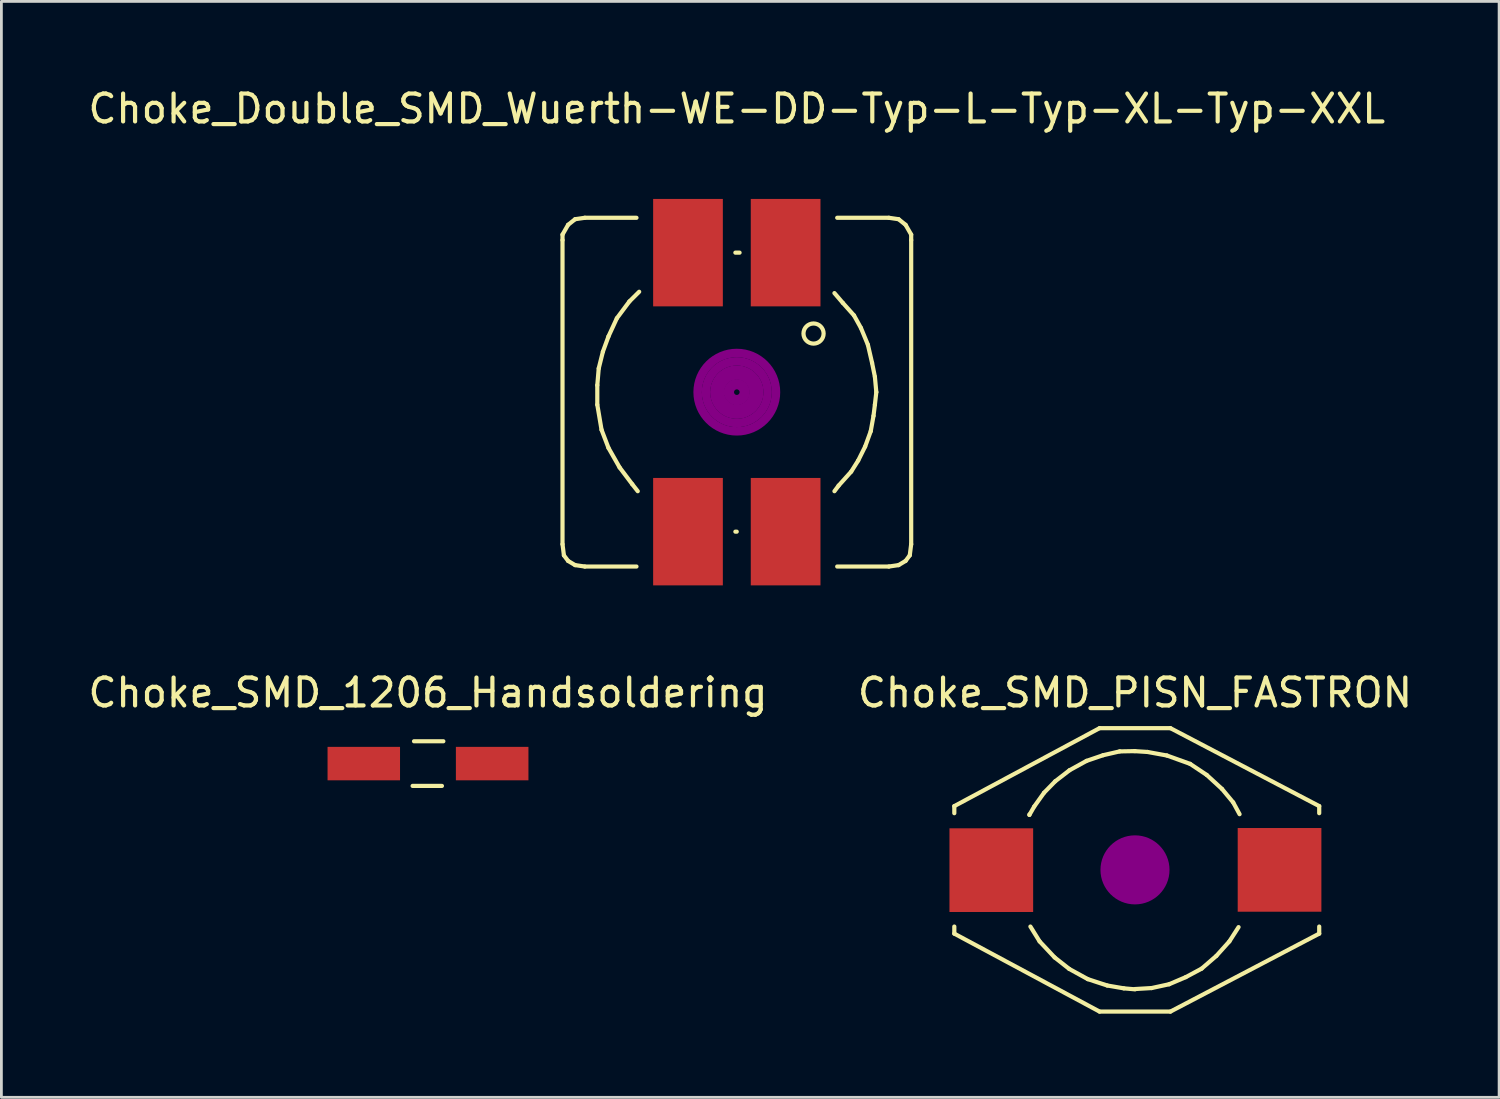
<source format=kicad_pcb>
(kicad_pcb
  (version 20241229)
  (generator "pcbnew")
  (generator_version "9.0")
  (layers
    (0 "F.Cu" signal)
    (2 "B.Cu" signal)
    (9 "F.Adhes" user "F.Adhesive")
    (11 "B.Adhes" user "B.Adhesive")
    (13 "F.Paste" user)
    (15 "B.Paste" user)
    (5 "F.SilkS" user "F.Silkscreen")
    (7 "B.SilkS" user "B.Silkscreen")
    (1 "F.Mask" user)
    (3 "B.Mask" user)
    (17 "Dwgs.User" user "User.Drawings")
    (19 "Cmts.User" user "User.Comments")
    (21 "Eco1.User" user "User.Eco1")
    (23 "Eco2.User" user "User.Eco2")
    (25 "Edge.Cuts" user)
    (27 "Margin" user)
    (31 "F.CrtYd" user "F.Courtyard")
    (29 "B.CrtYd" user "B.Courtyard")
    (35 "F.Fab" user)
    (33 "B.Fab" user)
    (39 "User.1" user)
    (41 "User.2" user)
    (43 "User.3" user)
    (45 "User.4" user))
  (footprint "Choke_SMD_1206_Handsoldering"
    (layer "F.Cu")
    (at 12.292 24.323)
    (property "Reference" "Choke_SMD_1206_Handsoldering" (at 0 -2.54 0) (layer "F.SilkS") (effects (font (size 1 1) (thickness 0.15))))
    (attr smd)
    (fp_line (start -0.551 0.8) (end 0.5 0.8) (stroke (width 0.15) (type solid)) (layer "F.SilkS"))
    (fp_line (start 0.551 -0.8) (end -0.5 -0.8) (stroke (width 0.15) (type solid)) (layer "F.SilkS"))
    (pad "1" smd rect (at -2.301 0) (size 2.598 1.199) (layers "F.Cu" "F.Mask" "F.Paste"))
    (pad "2" smd rect (at 2.301 0) (size 2.601 1.199) (layers "F.Cu" "F.Mask" "F.Paste")))
  (footprint "Choke_SMD_PISN_FASTRON"
    (layer "F.Cu")
    (at 37.637 28.133)
    (property "Reference" "Choke_SMD_PISN_FASTRON" (at 0 -6.35 0) (layer "F.SilkS") (effects (font (size 1 1) (thickness 0.15))))
    (attr smd)
    (fp_line (start -6.477 -2.286) (end -6.477 -2.032) (stroke (width 0.15) (type solid)) (layer "F.SilkS"))
    (fp_line (start -6.477 2.286) (end -6.477 2.032) (stroke (width 0.15) (type solid)) (layer "F.SilkS"))
    (fp_line (start -3.785 -1.971) (end -3.785 -1.986) (stroke (width 0.15) (type solid)) (layer "F.SilkS"))
    (fp_line (start -3.612 -2.271) (end -3.785 -1.971) (stroke (width 0.15) (type solid)) (layer "F.SilkS"))
    (fp_line (start -3.419 2.565) (end -3.749 2.032) (stroke (width 0.15) (type solid)) (layer "F.SilkS"))
    (fp_line (start -3.261 -2.764) (end -3.612 -2.271) (stroke (width 0.15) (type solid)) (layer "F.SilkS"))
    (fp_line (start -2.88 3.139) (end -3.419 2.565) (stroke (width 0.15) (type solid)) (layer "F.SilkS"))
    (fp_line (start -2.86 -3.175) (end -3.261 -2.764) (stroke (width 0.15) (type solid)) (layer "F.SilkS"))
    (fp_line (start -2.357 3.551) (end -2.88 3.139) (stroke (width 0.15) (type solid)) (layer "F.SilkS"))
    (fp_line (start -2.347 -3.571) (end -2.86 -3.175) (stroke (width 0.15) (type solid)) (layer "F.SilkS"))
    (fp_line (start -1.737 -3.907) (end -2.347 -3.571) (stroke (width 0.15) (type solid)) (layer "F.SilkS"))
    (fp_line (start -1.692 3.917) (end -2.357 3.551) (stroke (width 0.15) (type solid)) (layer "F.SilkS"))
    (fp_line (start -1.27 -5.08) (end -6.477 -2.286) (stroke (width 0.15) (type solid)) (layer "F.SilkS"))
    (fp_line (start -1.27 -5.08) (end 1.27 -5.08) (stroke (width 0.15) (type solid)) (layer "F.SilkS"))
    (fp_line (start -1.27 5.08) (end -6.477 2.286) (stroke (width 0.15) (type solid)) (layer "F.SilkS"))
    (fp_line (start -1.27 5.08) (end 1.27 5.08) (stroke (width 0.15) (type solid)) (layer "F.SilkS"))
    (fp_line (start -1.143 -4.11) (end -1.737 -3.907) (stroke (width 0.15) (type solid)) (layer "F.SilkS"))
    (fp_line (start -0.996 4.145) (end -1.692 3.917) (stroke (width 0.15) (type solid)) (layer "F.SilkS"))
    (fp_line (start -0.549 -4.247) (end -1.143 -4.11) (stroke (width 0.15) (type solid)) (layer "F.SilkS"))
    (fp_line (start -0.401 4.247) (end -0.996 4.145) (stroke (width 0.15) (type solid)) (layer "F.SilkS"))
    (fp_line (start -0.025 -4.257) (end 0.447 -4.227) (stroke (width 0.15) (type solid)) (layer "F.SilkS"))
    (fp_line (start 0 -4.257) (end -0.549 -4.247) (stroke (width 0.15) (type solid)) (layer "F.SilkS"))
    (fp_line (start 0 4.272) (end 0.594 4.237) (stroke (width 0.15) (type solid)) (layer "F.SilkS"))
    (fp_line (start 0 4.282) (end -0.401 4.247) (stroke (width 0.15) (type solid)) (layer "F.SilkS"))
    (fp_line (start 0.447 -4.227) (end 1.143 -4.1) (stroke (width 0.15) (type solid)) (layer "F.SilkS"))
    (fp_line (start 0.594 4.237) (end 1.224 4.1) (stroke (width 0.15) (type solid)) (layer "F.SilkS"))
    (fp_line (start 1.143 -4.1) (end 1.976 -3.8) (stroke (width 0.15) (type solid)) (layer "F.SilkS"))
    (fp_line (start 1.224 4.1) (end 1.819 3.846) (stroke (width 0.15) (type solid)) (layer "F.SilkS"))
    (fp_line (start 1.27 -5.08) (end 6.604 -2.286) (stroke (width 0.15) (type solid)) (layer "F.SilkS"))
    (fp_line (start 1.27 5.08) (end 6.604 2.286) (stroke (width 0.15) (type solid)) (layer "F.SilkS"))
    (fp_line (start 1.819 3.846) (end 2.388 3.541) (stroke (width 0.15) (type solid)) (layer "F.SilkS"))
    (fp_line (start 1.976 -3.8) (end 2.57 -3.404) (stroke (width 0.15) (type solid)) (layer "F.SilkS"))
    (fp_line (start 2.388 3.541) (end 2.916 3.084) (stroke (width 0.15) (type solid)) (layer "F.SilkS"))
    (fp_line (start 2.57 -3.404) (end 3.119 -2.901) (stroke (width 0.15) (type solid)) (layer "F.SilkS"))
    (fp_line (start 2.916 3.084) (end 3.383 2.565) (stroke (width 0.15) (type solid)) (layer "F.SilkS"))
    (fp_line (start 3.119 -2.901) (end 3.52 -2.418) (stroke (width 0.15) (type solid)) (layer "F.SilkS"))
    (fp_line (start 3.383 2.565) (end 3.713 2.052) (stroke (width 0.15) (type solid)) (layer "F.SilkS"))
    (fp_line (start 3.52 -2.418) (end 3.749 -1.996) (stroke (width 0.15) (type solid)) (layer "F.SilkS"))
    (fp_line (start 6.604 -2.286) (end 6.604 -2.032) (stroke (width 0.15) (type solid)) (layer "F.SilkS"))
    (fp_line (start 6.604 2.286) (end 6.604 2.032) (stroke (width 0.15) (type solid)) (layer "F.SilkS"))
    (fp_line (start 0 -0.254) (end 0 0.254) (stroke (width 0.381) (type solid)) (layer "F.Adhes"))
    (fp_circle (center 0 0) (end 0 0.508) (stroke (width 0.381) (type solid)) (fill no) (layer "F.Adhes"))
    (fp_circle (center 0 0) (end 0.254 0) (stroke (width 0.381) (type solid)) (fill no) (layer "F.Adhes"))
    (fp_circle (center 0 0) (end 0.254 0.762) (stroke (width 0.381) (type solid)) (fill no) (layer "F.Adhes"))
    (fp_circle (center 0 0) (end 0.254 1.016) (stroke (width 0.381) (type solid)) (fill no) (layer "F.Adhes"))
    (pad "1" smd rect (at 5.182 0) (size 3 3) (layers "F.Cu" "F.Mask" "F.Paste"))
    (pad "2" smd rect (at -5.151 0.01) (size 3 3) (layers "F.Cu" "F.Mask" "F.Paste")))
  (footprint "Choke_Double_SMD_Wuerth-WE-DD-Typ-L-Typ-XL-Typ-XXL"
    (layer "F.Cu")
    (at 23.363 11.008)
    (property "Reference" "Choke_Double_SMD_Wuerth-WE-DD-Typ-L-Typ-XL-Typ-XXL" (at 0 -10.16 0) (layer "F.SilkS") (effects (font (size 1 1) (thickness 0.15))))
    (attr smd)
    (fp_line (start -6.248 -5.649) (end -6.248 -5.451) (stroke (width 0.15) (type solid)) (layer "F.SilkS"))
    (fp_line (start -6.248 -5.451) (end -6.248 5.451) (stroke (width 0.15) (type solid)) (layer "F.SilkS"))
    (fp_line (start -6.198 5.85) (end -6.248 5.451) (stroke (width 0.15) (type solid)) (layer "F.SilkS"))
    (fp_line (start -6.048 -5.999) (end -6.248 -5.649) (stroke (width 0.15) (type solid)) (layer "F.SilkS"))
    (fp_line (start -6.048 6.05) (end -6.198 5.85) (stroke (width 0.15) (type solid)) (layer "F.SilkS"))
    (fp_line (start -5.796 -6.2) (end -6.048 -5.999) (stroke (width 0.15) (type solid)) (layer "F.SilkS"))
    (fp_line (start -5.796 6.2) (end -6.048 6.05) (stroke (width 0.15) (type solid)) (layer "F.SilkS"))
    (fp_line (start -5.448 -6.251) (end -5.796 -6.2) (stroke (width 0.15) (type solid)) (layer "F.SilkS"))
    (fp_line (start -5.448 6.251) (end -5.796 6.2) (stroke (width 0.15) (type solid)) (layer "F.SilkS"))
    (fp_line (start -5.001 -0.249) (end -5.001 0.45) (stroke (width 0.15) (type solid)) (layer "F.SilkS"))
    (fp_line (start -5.001 0.45) (end -4.849 1.349) (stroke (width 0.15) (type solid)) (layer "F.SilkS"))
    (fp_line (start -4.95 -0.851) (end -5.001 -0.249) (stroke (width 0.15) (type solid)) (layer "F.SilkS"))
    (fp_line (start -4.849 1.349) (end -4.6 1.999) (stroke (width 0.15) (type solid)) (layer "F.SilkS"))
    (fp_line (start -4.801 -1.45) (end -4.95 -0.851) (stroke (width 0.15) (type solid)) (layer "F.SilkS"))
    (fp_line (start -4.6 -1.999) (end -4.801 -1.45) (stroke (width 0.15) (type solid)) (layer "F.SilkS"))
    (fp_line (start -4.6 1.999) (end -4.201 2.7) (stroke (width 0.15) (type solid)) (layer "F.SilkS"))
    (fp_line (start -4.3 -2.649) (end -4.6 -1.999) (stroke (width 0.15) (type solid)) (layer "F.SilkS"))
    (fp_line (start -4.201 2.7) (end -3.749 3.299) (stroke (width 0.15) (type solid)) (layer "F.SilkS"))
    (fp_line (start -3.851 -3.251) (end -4.3 -2.649) (stroke (width 0.15) (type solid)) (layer "F.SilkS"))
    (fp_line (start -3.749 3.299) (end -3.551 3.551) (stroke (width 0.15) (type solid)) (layer "F.SilkS"))
    (fp_line (start -3.597 -6.251) (end -5.448 -6.251) (stroke (width 0.15) (type solid)) (layer "F.SilkS"))
    (fp_line (start -3.597 6.251) (end -5.448 6.251) (stroke (width 0.15) (type solid)) (layer "F.SilkS"))
    (fp_line (start -3.5 -3.599) (end -3.851 -3.251) (stroke (width 0.15) (type solid)) (layer "F.SilkS"))
    (fp_line (start -0.051 5.001) (end -0.003 5.001) (stroke (width 0.15) (type solid)) (layer "F.SilkS"))
    (fp_line (start 0.099 -5.001) (end -0.051 -5.001) (stroke (width 0.15) (type solid)) (layer "F.SilkS"))
    (fp_line (start 3.5 3.551) (end 3.65 3.35) (stroke (width 0.15) (type solid)) (layer "F.SilkS"))
    (fp_line (start 3.599 -6.251) (end 5.451 -6.251) (stroke (width 0.15) (type solid)) (layer "F.SilkS"))
    (fp_line (start 3.599 6.251) (end 5.451 6.251) (stroke (width 0.15) (type solid)) (layer "F.SilkS"))
    (fp_line (start 3.65 3.35) (end 4.1 2.85) (stroke (width 0.15) (type solid)) (layer "F.SilkS"))
    (fp_line (start 3.8 -3.2) (end 3.5 -3.551) (stroke (width 0.15) (type solid)) (layer "F.SilkS"))
    (fp_line (start 4.1 2.85) (end 4.351 2.451) (stroke (width 0.15) (type solid)) (layer "F.SilkS"))
    (fp_line (start 4.201 -2.751) (end 3.8 -3.2) (stroke (width 0.15) (type solid)) (layer "F.SilkS"))
    (fp_line (start 4.351 2.451) (end 4.6 1.951) (stroke (width 0.15) (type solid)) (layer "F.SilkS"))
    (fp_line (start 4.45 -2.301) (end 4.201 -2.751) (stroke (width 0.15) (type solid)) (layer "F.SilkS"))
    (fp_line (start 4.6 1.951) (end 4.801 1.4) (stroke (width 0.15) (type solid)) (layer "F.SilkS"))
    (fp_line (start 4.699 -1.699) (end 4.45 -2.301) (stroke (width 0.15) (type solid)) (layer "F.SilkS"))
    (fp_line (start 4.801 1.4) (end 4.9 0.851) (stroke (width 0.15) (type solid)) (layer "F.SilkS"))
    (fp_line (start 4.849 -1.049) (end 4.699 -1.699) (stroke (width 0.15) (type solid)) (layer "F.SilkS"))
    (fp_line (start 4.9 0.851) (end 4.95 0.45) (stroke (width 0.15) (type solid)) (layer "F.SilkS"))
    (fp_line (start 4.95 -0.551) (end 4.849 -1.049) (stroke (width 0.15) (type solid)) (layer "F.SilkS"))
    (fp_line (start 4.95 0.45) (end 5.001 0) (stroke (width 0.15) (type solid)) (layer "F.SilkS"))
    (fp_line (start 5.001 0) (end 4.95 -0.551) (stroke (width 0.15) (type solid)) (layer "F.SilkS"))
    (fp_line (start 5.451 -6.251) (end 5.799 -6.2) (stroke (width 0.15) (type solid)) (layer "F.SilkS"))
    (fp_line (start 5.451 6.251) (end 5.799 6.2) (stroke (width 0.15) (type solid)) (layer "F.SilkS"))
    (fp_line (start 5.799 -6.2) (end 6.05 -5.999) (stroke (width 0.15) (type solid)) (layer "F.SilkS"))
    (fp_line (start 5.799 6.2) (end 6.05 6.05) (stroke (width 0.15) (type solid)) (layer "F.SilkS"))
    (fp_line (start 6.05 -5.999) (end 6.251 -5.649) (stroke (width 0.15) (type solid)) (layer "F.SilkS"))
    (fp_line (start 6.05 6.05) (end 6.2 5.85) (stroke (width 0.15) (type solid)) (layer "F.SilkS"))
    (fp_line (start 6.2 5.85) (end 6.251 5.451) (stroke (width 0.15) (type solid)) (layer "F.SilkS"))
    (fp_line (start 6.251 -5.649) (end 6.251 -5.451) (stroke (width 0.15) (type solid)) (layer "F.SilkS"))
    (fp_line (start 6.251 -5.451) (end 6.251 5.451) (stroke (width 0.15) (type solid)) (layer "F.SilkS"))
    (fp_circle (center 2.751 -2.101) (end 3.051 -1.9) (stroke (width 0.15) (type solid)) (fill no) (layer "F.SilkS"))
    (fp_circle (center 0 0) (end 0.1 0) (stroke (width 0.305) (type solid)) (fill no) (layer "F.Adhes"))
    (fp_circle (center 0 0) (end 0.3 0.1) (stroke (width 0.305) (type solid)) (fill no) (layer "F.Adhes"))
    (fp_circle (center 0 0) (end 0.6 0) (stroke (width 0.305) (type solid)) (fill no) (layer "F.Adhes"))
    (fp_circle (center 0 0) (end 0.8 -0.1) (stroke (width 0.305) (type solid)) (fill no) (layer "F.Adhes"))
    (fp_circle (center 0 0) (end 1.1 -0.1) (stroke (width 0.305) (type solid)) (fill no) (layer "F.Adhes"))
    (fp_circle (center 0 0) (end 1.4 -0.1) (stroke (width 0.305) (type solid)) (fill no) (layer "F.Adhes"))
    (pad "1" smd rect (at -1.75 -5.001) (size 2.499 3.851) (layers "F.Cu" "F.Mask" "F.Paste"))
    (pad "2" smd rect (at 1.75 -5.001) (size 2.499 3.851) (layers "F.Cu" "F.Mask" "F.Paste"))
    (pad "3" smd rect (at 1.75 5.001) (size 2.499 3.851) (layers "F.Cu" "F.Mask" "F.Paste"))
    (pad "4" smd rect (at -1.75 5.001) (size 2.499 3.851) (layers "F.Cu" "F.Mask" "F.Paste")))
  (gr_rect
    (start -3 -3)
    (end 50.69 36.288)
    (stroke (width 0.1) (type default))
    (fill no)
    (layer "Edge.Cuts")))
</source>
